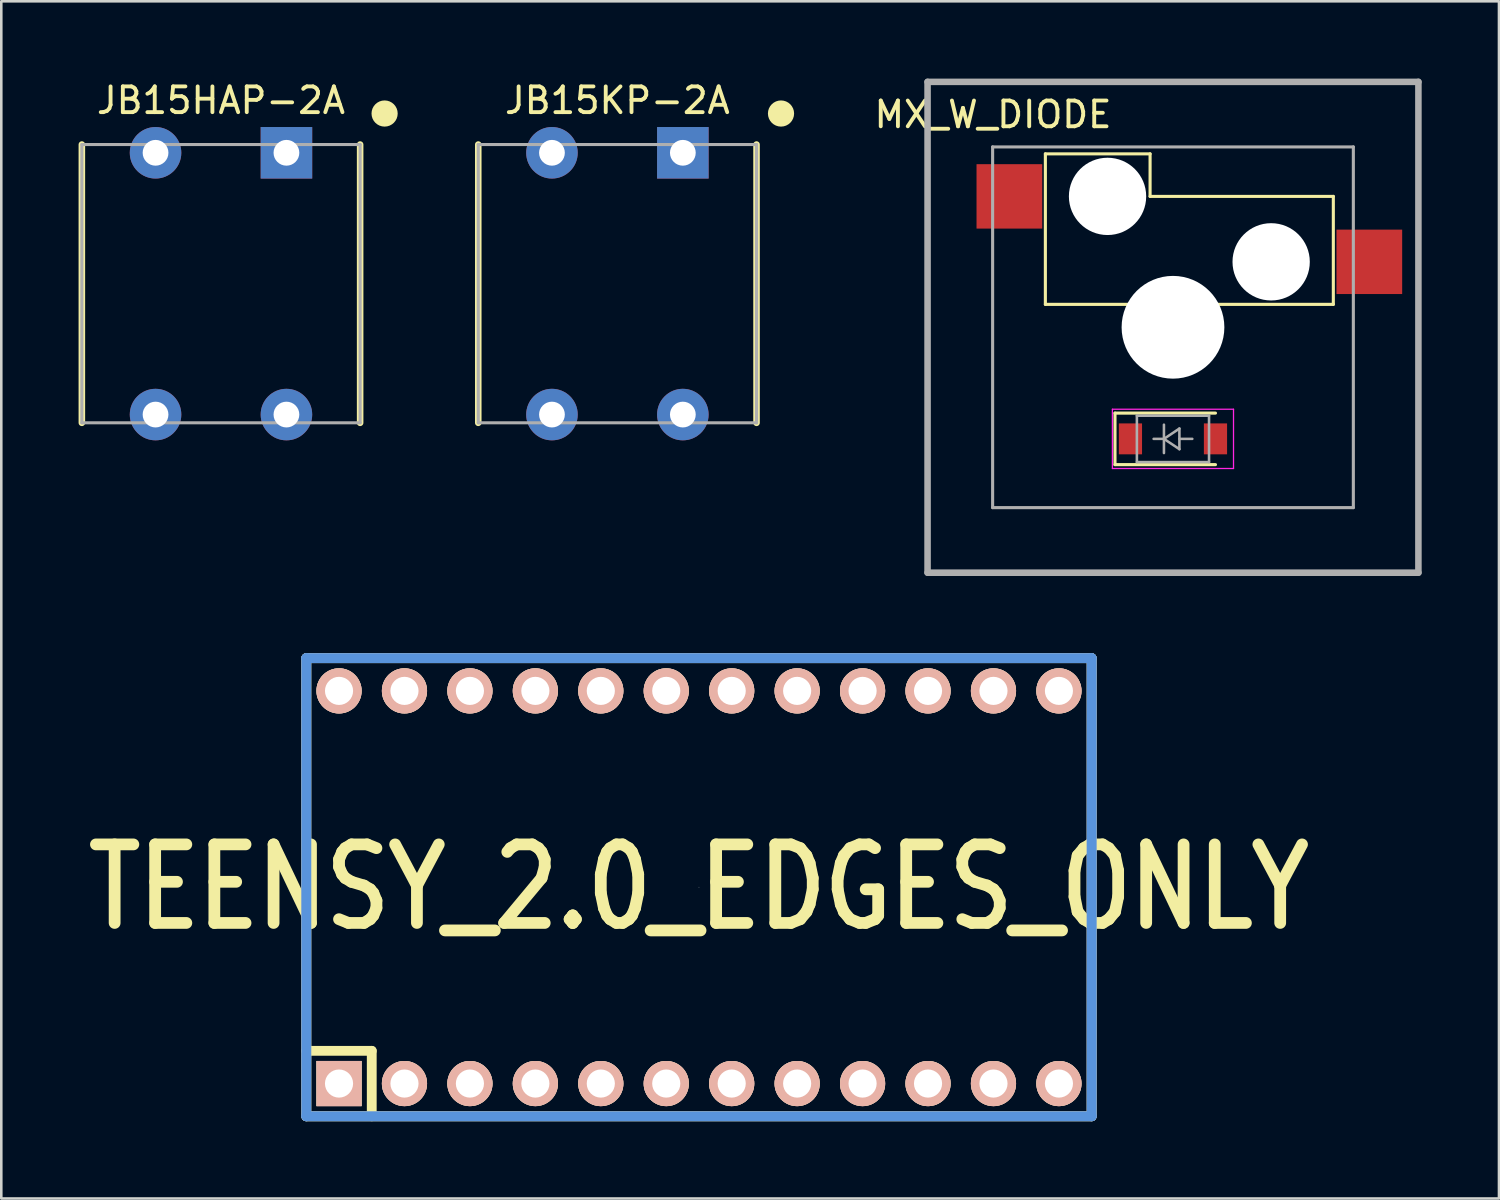
<source format=kicad_pcb>
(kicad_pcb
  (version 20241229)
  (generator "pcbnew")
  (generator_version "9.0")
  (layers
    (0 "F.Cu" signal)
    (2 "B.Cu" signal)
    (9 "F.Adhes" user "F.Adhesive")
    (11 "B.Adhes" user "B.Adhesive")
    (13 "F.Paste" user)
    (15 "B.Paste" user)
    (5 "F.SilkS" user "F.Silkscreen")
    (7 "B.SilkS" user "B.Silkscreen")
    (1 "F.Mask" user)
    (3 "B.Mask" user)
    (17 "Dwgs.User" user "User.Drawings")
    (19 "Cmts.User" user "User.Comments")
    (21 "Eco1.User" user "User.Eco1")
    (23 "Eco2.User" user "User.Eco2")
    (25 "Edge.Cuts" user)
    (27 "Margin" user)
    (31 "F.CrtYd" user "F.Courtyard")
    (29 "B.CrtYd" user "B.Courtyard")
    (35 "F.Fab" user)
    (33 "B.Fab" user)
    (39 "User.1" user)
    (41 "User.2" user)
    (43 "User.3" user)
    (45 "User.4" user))
  (footprint "MX_W_DIODE"
    (layer "F.Cu")
    (at 42.475 9.652)
    (property "Reference" "MX_W_DIODE" (at -6.985 -8.255 0) (layer "F.SilkS") (effects (font (size 1 1) (thickness 0.15))))
    (attr through_hole)
    (fp_line (start -4.953 -6.731) (end -4.953 -0.889) (stroke (width 0.12) (type solid)) (layer "F.SilkS"))
    (fp_line (start -4.953 -0.889) (end 6.223 -0.889) (stroke (width 0.12) (type solid)) (layer "F.SilkS"))
    (fp_line (start -2.251 3.331) (end -2.251 5.331) (stroke (width 0.12) (type solid)) (layer "F.SilkS"))
    (fp_line (start -2.251 3.331) (end 1.649 3.331) (stroke (width 0.12) (type solid)) (layer "F.SilkS"))
    (fp_line (start -2.251 5.331) (end 1.649 5.331) (stroke (width 0.12) (type solid)) (layer "F.SilkS"))
    (fp_line (start -0.889 -6.731) (end -4.953 -6.731) (stroke (width 0.12) (type solid)) (layer "F.SilkS"))
    (fp_line (start -0.889 -5.08) (end -0.889 -6.731) (stroke (width 0.12) (type solid)) (layer "F.SilkS"))
    (fp_line (start 6.223 -5.08) (end -0.889 -5.08) (stroke (width 0.12) (type solid)) (layer "F.SilkS"))
    (fp_line (start 6.223 -0.889) (end 6.223 -5.08) (stroke (width 0.12) (type solid)) (layer "F.SilkS"))
    (fp_line (start -2.351 3.181) (end -2.351 5.481) (stroke (width 0.05) (type solid)) (layer "F.CrtYd"))
    (fp_line (start -2.351 3.181) (end 2.349 3.181) (stroke (width 0.05) (type solid)) (layer "F.CrtYd"))
    (fp_line (start 2.349 3.181) (end 2.349 5.481) (stroke (width 0.05) (type solid)) (layer "F.CrtYd"))
    (fp_line (start 2.349 5.481) (end -2.351 5.481) (stroke (width 0.05) (type solid)) (layer "F.CrtYd"))
    (fp_line (start -9.525 -9.525) (end -9.525 9.525) (stroke (width 0.254) (type solid)) (layer "F.Fab"))
    (fp_line (start -9.525 -9.525) (end 9.525 -9.525) (stroke (width 0.254) (type solid)) (layer "F.Fab"))
    (fp_line (start -9.525 9.525) (end 9.525 9.525) (stroke (width 0.254) (type solid)) (layer "F.Fab"))
    (fp_line (start -7 -7) (end -7 7) (stroke (width 0.12) (type solid)) (layer "F.Fab"))
    (fp_line (start -7 -7) (end 7 -7) (stroke (width 0.12) (type solid)) (layer "F.Fab"))
    (fp_line (start -7 7) (end 7 7) (stroke (width 0.12) (type solid)) (layer "F.Fab"))
    (fp_line (start -1.401 3.431) (end 1.399 3.431) (stroke (width 0.1) (type solid)) (layer "F.Fab"))
    (fp_line (start -1.401 5.231) (end -1.401 3.431) (stroke (width 0.1) (type solid)) (layer "F.Fab"))
    (fp_line (start -0.751 4.331) (end -0.351 4.331) (stroke (width 0.1) (type solid)) (layer "F.Fab"))
    (fp_line (start -0.351 4.331) (end -0.351 3.781) (stroke (width 0.1) (type solid)) (layer "F.Fab"))
    (fp_line (start -0.351 4.331) (end -0.351 4.881) (stroke (width 0.1) (type solid)) (layer "F.Fab"))
    (fp_line (start -0.351 4.331) (end 0.249 3.931) (stroke (width 0.1) (type solid)) (layer "F.Fab"))
    (fp_line (start 0.249 3.931) (end 0.249 4.731) (stroke (width 0.1) (type solid)) (layer "F.Fab"))
    (fp_line (start 0.249 4.331) (end 0.749 4.331) (stroke (width 0.1) (type solid)) (layer "F.Fab"))
    (fp_line (start 0.249 4.731) (end -0.351 4.331) (stroke (width 0.1) (type solid)) (layer "F.Fab"))
    (fp_line (start 1.399 3.431) (end 1.399 5.231) (stroke (width 0.1) (type solid)) (layer "F.Fab"))
    (fp_line (start 1.399 5.231) (end -1.401 5.231) (stroke (width 0.1) (type solid)) (layer "F.Fab"))
    (fp_line (start 7 -7) (end 7 7) (stroke (width 0.12) (type solid)) (layer "F.Fab"))
    (fp_line (start 9.525 -9.525) (end 9.525 9.525) (stroke (width 0.254) (type solid)) (layer "F.Fab"))
    (pad "" np_thru_hole circle (at -2.54 -5.08) (size 3 3) (drill 3) (layers "*.Cu" "*.Mask"))
    (pad "" np_thru_hole circle (at 0 0) (size 3.988 3.988) (drill 3.988) (layers "*.Cu" "*.Mask"))
    (pad "" np_thru_hole circle (at 3.81 -2.54) (size 3 3) (drill 3) (layers "*.Cu" "*.Mask"))
    (pad "1" smd rect (at -6.35 -5.08) (size 2.55 2.5) (layers "F.Cu" "F.Mask" "F.Paste"))
    (pad "2" smd rect (at 7.62 -2.54) (size 2.55 2.5) (layers "F.Cu" "F.Mask" "F.Paste"))
    (pad "3" smd rect (at 1.649 4.331) (size 0.9 1.2) (layers "F.Cu" "F.Mask" "F.Paste"))
    (pad "4" smd rect (at -1.651 4.331) (size 0.9 1.2) (layers "F.Cu" "F.Mask" "F.Paste")))
  (footprint "JB15KP-2A"
    (layer "F.Cu")
    (at 20.912 7.96)
    (property "Reference" "JB15KP-2A" (at 0 -7.112 0) (layer "F.SilkS") (effects (font (size 1 1) (thickness 0.15))))
    (attr through_hole)
    (fp_line (start -5.4 -5.4) (end -5.4 5.4) (stroke (width 0.254) (type solid)) (layer "F.SilkS"))
    (fp_line (start 5.4 -5.4) (end 5.4 5.4) (stroke (width 0.254) (type solid)) (layer "F.SilkS"))
    (fp_circle (center 6.35 -6.604) (end 6.604 -6.604) (stroke (width 0.508) (type solid)) (fill no) (layer "F.SilkS"))
    (fp_line (start -5.4 -5.4) (end -5.4 5.4) (stroke (width 0.12) (type solid)) (layer "F.Fab"))
    (fp_line (start -5.4 -5.4) (end 5.4 -5.4) (stroke (width 0.12) (type solid)) (layer "F.Fab"))
    (fp_line (start -5.4 5.4) (end 5.4 5.4) (stroke (width 0.12) (type solid)) (layer "F.Fab"))
    (fp_line (start 5.4 -5.4) (end 5.4 5.4) (stroke (width 0.12) (type solid)) (layer "F.Fab"))
    (pad "1" thru_hole rect (at 2.54 -5.08) (size 2 2) (drill 1) (layers "*.Cu" "*.Mask"))
    (pad "2" thru_hole circle (at 2.54 5.08) (size 2 2) (drill 1) (layers "*.Cu" "*.Mask"))
    (pad "3" thru_hole circle (at -2.54 -5.08) (size 2 2) (drill 1) (layers "*.Cu" "*.Mask"))
    (pad "4" thru_hole circle (at -2.54 5.08) (size 2 2) (drill 1) (layers "*.Cu" "*.Mask")))
  (footprint "JB15HAP-2A"
    (layer "F.Cu")
    (at 5.527 7.96)
    (property "Reference" "JB15HAP-2A" (at 0 -7.112 0) (layer "F.SilkS") (effects (font (size 1 1) (thickness 0.15))))
    (attr through_hole)
    (fp_line (start -5.4 -5.4) (end -5.4 5.4) (stroke (width 0.254) (type solid)) (layer "F.SilkS"))
    (fp_line (start 5.4 -5.4) (end 5.4 5.4) (stroke (width 0.254) (type solid)) (layer "F.SilkS"))
    (fp_circle (center 6.35 -6.604) (end 6.604 -6.604) (stroke (width 0.508) (type solid)) (fill no) (layer "F.SilkS"))
    (fp_line (start -5.4 -5.4) (end -5.4 5.4) (stroke (width 0.12) (type solid)) (layer "F.Fab"))
    (fp_line (start -5.4 -5.4) (end 5.4 -5.4) (stroke (width 0.12) (type solid)) (layer "F.Fab"))
    (fp_line (start -5.4 5.4) (end 5.4 5.4) (stroke (width 0.12) (type solid)) (layer "F.Fab"))
    (fp_line (start 5.4 -5.4) (end 5.4 5.4) (stroke (width 0.12) (type solid)) (layer "F.Fab"))
    (pad "1" thru_hole rect (at 2.54 -5.08) (size 2 2) (drill 1) (layers "*.Cu" "*.Mask"))
    (pad "2" thru_hole circle (at 2.54 5.08) (size 2 2) (drill 1) (layers "*.Cu" "*.Mask"))
    (pad "3" thru_hole circle (at -2.54 -5.08) (size 2 2) (drill 1) (layers "*.Cu" "*.Mask"))
    (pad "4" thru_hole circle (at -2.54 5.08) (size 2 2) (drill 1) (layers "*.Cu" "*.Mask")))
  (footprint "TEENSY_2.0_EDGES_ONLY"
    (layer "F.Cu")
    (at 24.078 31.384)
    (property "Reference" "TEENSY_2.0_EDGES_ONLY" (at 0 0 0) (layer "F.SilkS") (effects (font (size 3.048 2.54) (thickness 0.457))))
    (attr through_hole)
    (fp_line (start -15.24 -8.89) (end -15.24 8.89) (stroke (width 0.381) (type solid)) (layer "F.SilkS"))
    (fp_line (start -15.24 6.35) (end -12.7 6.35) (stroke (width 0.381) (type solid)) (layer "F.SilkS"))
    (fp_line (start -15.24 8.89) (end 15.24 8.89) (stroke (width 0.381) (type solid)) (layer "F.SilkS"))
    (fp_line (start -12.7 6.35) (end -12.7 8.89) (stroke (width 0.381) (type solid)) (layer "F.SilkS"))
    (fp_line (start 15.24 -8.89) (end -15.24 -8.89) (stroke (width 0.381) (type solid)) (layer "F.SilkS"))
    (fp_line (start 15.24 8.89) (end 15.24 -8.89) (stroke (width 0.381) (type solid)) (layer "F.SilkS"))
    (fp_line (start -15.24 -8.89) (end -15.24 8.89) (stroke (width 0.381) (type solid)) (layer "Dwgs.User"))
    (fp_line (start -15.24 8.89) (end 15.24 8.89) (stroke (width 0.381) (type solid)) (layer "Dwgs.User"))
    (fp_line (start 0 0) (end 0 0) (stroke (width 0.025) (type solid)) (layer "Dwgs.User"))
    (fp_line (start 15.24 -8.89) (end -15.24 -8.89) (stroke (width 0.381) (type solid)) (layer "Dwgs.User"))
    (fp_line (start 15.24 8.89) (end 15.24 -8.89) (stroke (width 0.381) (type solid)) (layer "Dwgs.User"))
    (fp_line (start -15.24 -8.89) (end -15.24 8.89) (stroke (width 0.381) (type solid)) (layer "Cmts.User"))
    (fp_line (start -15.24 8.89) (end 15.24 8.89) (stroke (width 0.381) (type solid)) (layer "Cmts.User"))
    (fp_line (start 15.24 -8.89) (end -15.24 -8.89) (stroke (width 0.381) (type solid)) (layer "Cmts.User"))
    (fp_line (start 15.24 8.89) (end 15.24 -8.89) (stroke (width 0.381) (type solid)) (layer "Cmts.User"))
    (pad "1" thru_hole rect (at -13.97 7.62) (size 1.753 1.753) (drill 1.092) (layers "*.Cu" "*.SilkS" "*.Mask"))
    (pad "2" thru_hole circle (at -11.43 7.62) (size 1.753 1.753) (drill 1.092) (layers "*.Cu" "*.SilkS" "*.Mask"))
    (pad "3" thru_hole circle (at -8.89 7.62) (size 1.753 1.753) (drill 1.092) (layers "*.Cu" "*.SilkS" "*.Mask"))
    (pad "4" thru_hole circle (at -6.35 7.62) (size 1.753 1.753) (drill 1.092) (layers "*.Cu" "*.SilkS" "*.Mask"))
    (pad "5" thru_hole circle (at -3.81 7.62) (size 1.753 1.753) (drill 1.092) (layers "*.Cu" "*.SilkS" "*.Mask"))
    (pad "6" thru_hole circle (at -1.27 7.62) (size 1.753 1.753) (drill 1.092) (layers "*.Cu" "*.SilkS" "*.Mask"))
    (pad "7" thru_hole circle (at 1.27 7.62) (size 1.753 1.753) (drill 1.092) (layers "*.Cu" "*.SilkS" "*.Mask"))
    (pad "8" thru_hole circle (at 3.81 7.62) (size 1.753 1.753) (drill 1.092) (layers "*.Cu" "*.SilkS" "*.Mask"))
    (pad "9" thru_hole circle (at 6.35 7.62) (size 1.753 1.753) (drill 1.092) (layers "*.Cu" "*.SilkS" "*.Mask"))
    (pad "10" thru_hole circle (at 8.89 7.62) (size 1.753 1.753) (drill 1.092) (layers "*.Cu" "*.SilkS" "*.Mask"))
    (pad "11" thru_hole circle (at 11.43 7.62) (size 1.753 1.753) (drill 1.092) (layers "*.Cu" "*.SilkS" "*.Mask"))
    (pad "12" thru_hole circle (at 13.97 7.62) (size 1.753 1.753) (drill 1.092) (layers "*.Cu" "*.SilkS" "*.Mask"))
    (pad "18" thru_hole circle (at 13.97 -7.62) (size 1.753 1.753) (drill 1.09) (layers "*.Cu" "*.SilkS" "*.Mask"))
    (pad "19" thru_hole circle (at 11.43 -7.62) (size 1.753 1.753) (drill 1.092) (layers "*.Cu" "*.SilkS" "*.Mask"))
    (pad "20" thru_hole circle (at 8.89 -7.62) (size 1.753 1.753) (drill 1.092) (layers "*.Cu" "*.SilkS" "*.Mask"))
    (pad "21" thru_hole circle (at 6.35 -7.62) (size 1.753 1.753) (drill 1.092) (layers "*.Cu" "*.SilkS" "*.Mask"))
    (pad "22" thru_hole circle (at 3.81 -7.62) (size 1.753 1.753) (drill 1.092) (layers "*.Cu" "*.SilkS" "*.Mask"))
    (pad "23" thru_hole circle (at 1.27 -7.62) (size 1.753 1.753) (drill 1.092) (layers "*.Cu" "*.SilkS" "*.Mask"))
    (pad "24" thru_hole circle (at -1.27 -7.62) (size 1.753 1.753) (drill 1.092) (layers "*.Cu" "*.SilkS" "*.Mask"))
    (pad "25" thru_hole circle (at -3.81 -7.62) (size 1.753 1.753) (drill 1.092) (layers "*.Cu" "*.SilkS" "*.Mask"))
    (pad "26" thru_hole circle (at -6.35 -7.62) (size 1.753 1.753) (drill 1.092) (layers "*.Cu" "*.SilkS" "*.Mask"))
    (pad "27" thru_hole circle (at -8.89 -7.62) (size 1.753 1.753) (drill 1.092) (layers "*.Cu" "*.SilkS" "*.Mask"))
    (pad "28" thru_hole circle (at -11.43 -7.62) (size 1.753 1.753) (drill 1.092) (layers "*.Cu" "*.SilkS" "*.Mask"))
    (pad "29" thru_hole circle (at -13.97 -7.62) (size 1.753 1.753) (drill 1.092) (layers "*.Cu" "*.SilkS" "*.Mask")))
  (gr_rect
    (start -3 -3)
    (end 55.127 43.465)
    (stroke (width 0.1) (type default))
    (fill no)
    (layer "Edge.Cuts")))
</source>
